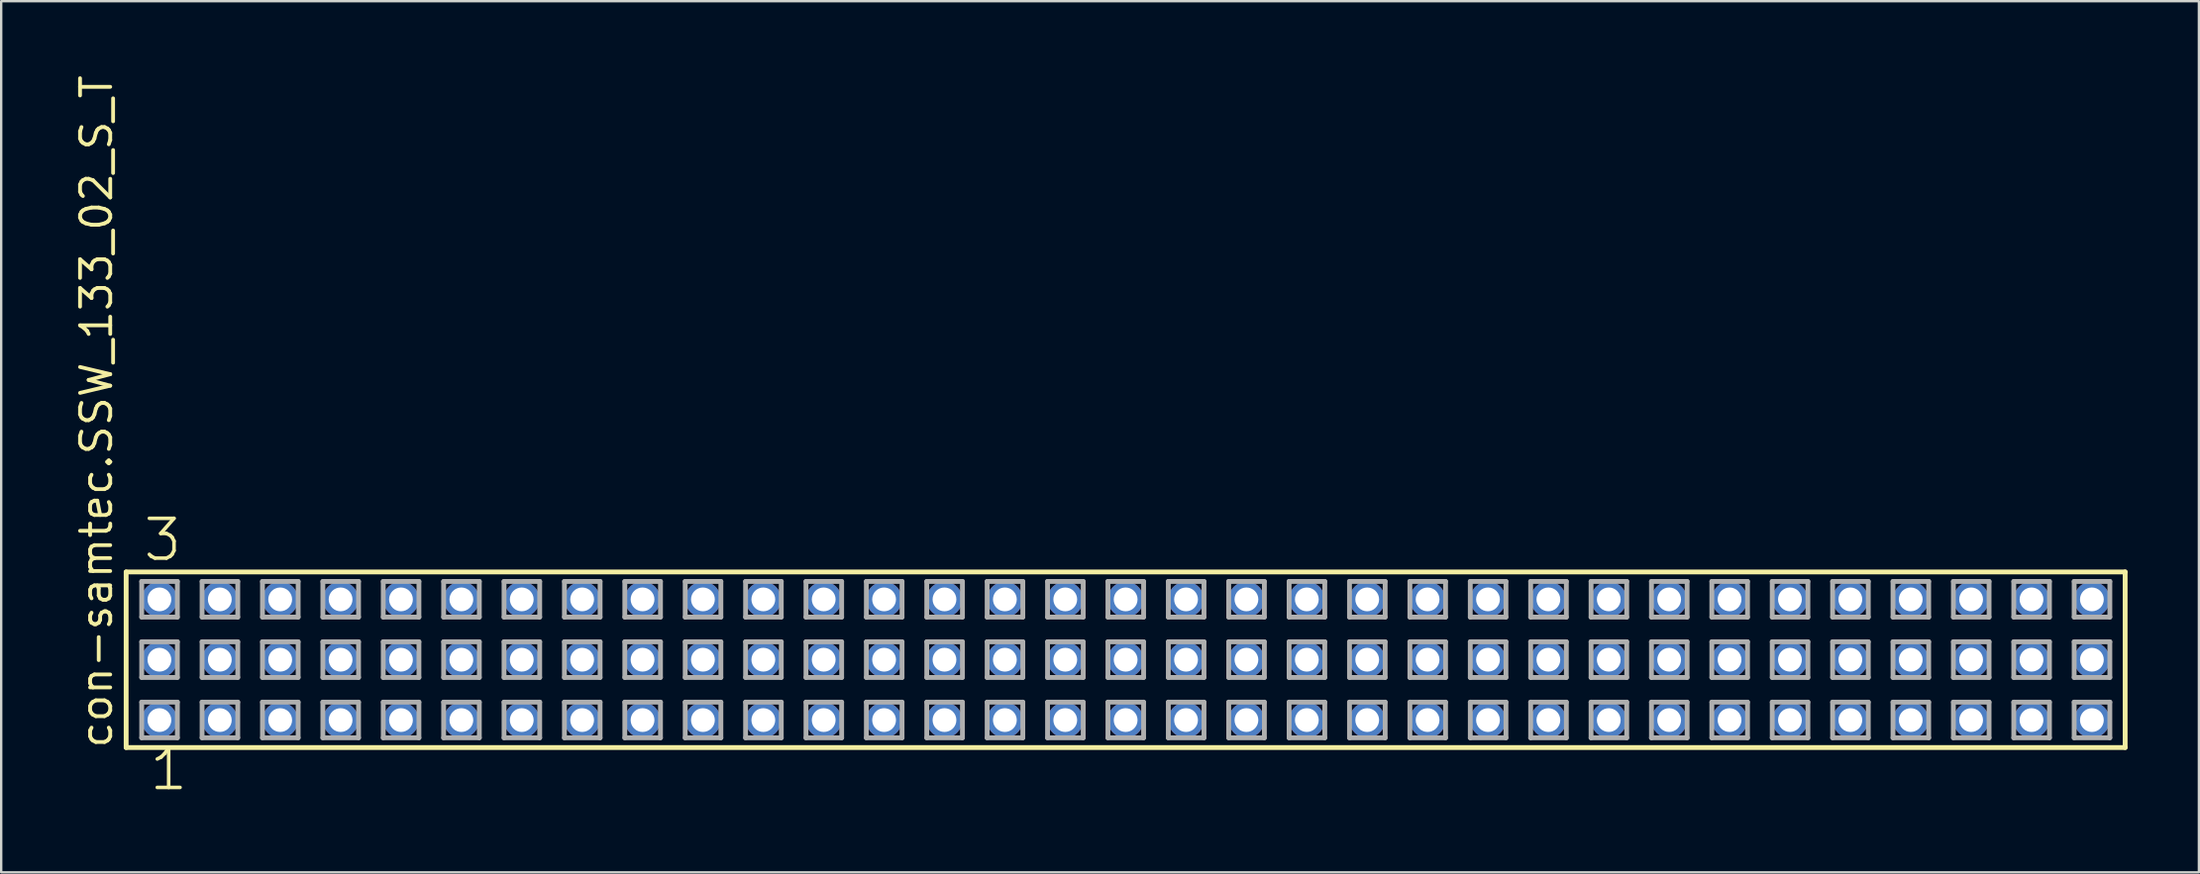
<source format=kicad_pcb>
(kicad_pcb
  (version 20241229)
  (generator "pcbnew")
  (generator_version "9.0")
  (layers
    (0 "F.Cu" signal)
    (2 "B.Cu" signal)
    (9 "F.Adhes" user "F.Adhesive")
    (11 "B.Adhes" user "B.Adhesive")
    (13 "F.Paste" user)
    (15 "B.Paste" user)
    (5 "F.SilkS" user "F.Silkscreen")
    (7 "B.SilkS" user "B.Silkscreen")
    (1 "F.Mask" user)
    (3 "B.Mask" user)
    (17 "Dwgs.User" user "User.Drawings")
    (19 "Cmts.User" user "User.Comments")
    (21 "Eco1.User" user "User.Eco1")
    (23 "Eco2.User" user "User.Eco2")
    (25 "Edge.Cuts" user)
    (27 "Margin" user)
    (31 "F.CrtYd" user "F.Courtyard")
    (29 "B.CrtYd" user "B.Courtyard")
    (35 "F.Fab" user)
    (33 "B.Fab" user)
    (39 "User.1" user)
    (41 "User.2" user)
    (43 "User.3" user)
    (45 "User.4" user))
  (footprint "con-samtec.SSW_133_02_S_T"
    (layer "F.Cu")
    (at 44.295 24.719)
    (property "Reference" "con-samtec.SSW_133_02_S_T" (at -42.545 3.81 90) (layer "F.SilkS") (effects (font (size 1.27 1.27) (thickness 0.16)) (justify left bottom)))
    (attr through_hole)
    (fp_line (start -42.039 -3.695) (end 42.039 -3.695) (stroke (width 0.203) (type default)) (layer "F.SilkS"))
    (fp_line (start -42.039 3.695) (end -42.039 -3.695) (stroke (width 0.203) (type default)) (layer "F.SilkS"))
    (fp_line (start 42.039 -3.695) (end 42.039 3.695) (stroke (width 0.203) (type default)) (layer "F.SilkS"))
    (fp_line (start 42.039 3.695) (end -42.039 3.695) (stroke (width 0.203) (type default)) (layer "F.SilkS"))
    (fp_line (start -41.385 -3.295) (end -39.885 -3.295) (stroke (width 0.203) (type default)) (layer "F.Fab"))
    (fp_line (start -41.385 -1.795) (end -41.385 -3.295) (stroke (width 0.203) (type default)) (layer "F.Fab"))
    (fp_line (start -41.385 -0.755) (end -39.885 -0.755) (stroke (width 0.203) (type default)) (layer "F.Fab"))
    (fp_line (start -41.385 0.745) (end -41.385 -0.755) (stroke (width 0.203) (type default)) (layer "F.Fab"))
    (fp_line (start -41.385 1.785) (end -39.885 1.785) (stroke (width 0.203) (type default)) (layer "F.Fab"))
    (fp_line (start -41.385 3.285) (end -41.385 1.785) (stroke (width 0.203) (type default)) (layer "F.Fab"))
    (fp_line (start -39.885 -3.295) (end -39.885 -1.795) (stroke (width 0.203) (type default)) (layer "F.Fab"))
    (fp_line (start -39.885 -1.795) (end -41.385 -1.795) (stroke (width 0.203) (type default)) (layer "F.Fab"))
    (fp_line (start -39.885 -0.755) (end -39.885 0.745) (stroke (width 0.203) (type default)) (layer "F.Fab"))
    (fp_line (start -39.885 0.745) (end -41.385 0.745) (stroke (width 0.203) (type default)) (layer "F.Fab"))
    (fp_line (start -39.885 1.785) (end -39.885 3.285) (stroke (width 0.203) (type default)) (layer "F.Fab"))
    (fp_line (start -39.885 3.285) (end -41.385 3.285) (stroke (width 0.203) (type default)) (layer "F.Fab"))
    (fp_line (start -38.845 -3.295) (end -37.345 -3.295) (stroke (width 0.203) (type default)) (layer "F.Fab"))
    (fp_line (start -38.845 -1.795) (end -38.845 -3.295) (stroke (width 0.203) (type default)) (layer "F.Fab"))
    (fp_line (start -38.845 -0.755) (end -37.345 -0.755) (stroke (width 0.203) (type default)) (layer "F.Fab"))
    (fp_line (start -38.845 0.745) (end -38.845 -0.755) (stroke (width 0.203) (type default)) (layer "F.Fab"))
    (fp_line (start -38.845 1.785) (end -37.345 1.785) (stroke (width 0.203) (type default)) (layer "F.Fab"))
    (fp_line (start -38.845 3.285) (end -38.845 1.785) (stroke (width 0.203) (type default)) (layer "F.Fab"))
    (fp_line (start -37.345 -3.295) (end -37.345 -1.795) (stroke (width 0.203) (type default)) (layer "F.Fab"))
    (fp_line (start -37.345 -1.795) (end -38.845 -1.795) (stroke (width 0.203) (type default)) (layer "F.Fab"))
    (fp_line (start -37.345 -0.755) (end -37.345 0.745) (stroke (width 0.203) (type default)) (layer "F.Fab"))
    (fp_line (start -37.345 0.745) (end -38.845 0.745) (stroke (width 0.203) (type default)) (layer "F.Fab"))
    (fp_line (start -37.345 1.785) (end -37.345 3.285) (stroke (width 0.203) (type default)) (layer "F.Fab"))
    (fp_line (start -37.345 3.285) (end -38.845 3.285) (stroke (width 0.203) (type default)) (layer "F.Fab"))
    (fp_line (start -36.305 -3.295) (end -34.805 -3.295) (stroke (width 0.203) (type default)) (layer "F.Fab"))
    (fp_line (start -36.305 -1.795) (end -36.305 -3.295) (stroke (width 0.203) (type default)) (layer "F.Fab"))
    (fp_line (start -36.305 -0.755) (end -34.805 -0.755) (stroke (width 0.203) (type default)) (layer "F.Fab"))
    (fp_line (start -36.305 0.745) (end -36.305 -0.755) (stroke (width 0.203) (type default)) (layer "F.Fab"))
    (fp_line (start -36.305 1.785) (end -34.805 1.785) (stroke (width 0.203) (type default)) (layer "F.Fab"))
    (fp_line (start -36.305 3.285) (end -36.305 1.785) (stroke (width 0.203) (type default)) (layer "F.Fab"))
    (fp_line (start -34.805 -3.295) (end -34.805 -1.795) (stroke (width 0.203) (type default)) (layer "F.Fab"))
    (fp_line (start -34.805 -1.795) (end -36.305 -1.795) (stroke (width 0.203) (type default)) (layer "F.Fab"))
    (fp_line (start -34.805 -0.755) (end -34.805 0.745) (stroke (width 0.203) (type default)) (layer "F.Fab"))
    (fp_line (start -34.805 0.745) (end -36.305 0.745) (stroke (width 0.203) (type default)) (layer "F.Fab"))
    (fp_line (start -34.805 1.785) (end -34.805 3.285) (stroke (width 0.203) (type default)) (layer "F.Fab"))
    (fp_line (start -34.805 3.285) (end -36.305 3.285) (stroke (width 0.203) (type default)) (layer "F.Fab"))
    (fp_line (start -33.765 -3.295) (end -32.265 -3.295) (stroke (width 0.203) (type default)) (layer "F.Fab"))
    (fp_line (start -33.765 -1.795) (end -33.765 -3.295) (stroke (width 0.203) (type default)) (layer "F.Fab"))
    (fp_line (start -33.765 -0.755) (end -32.265 -0.755) (stroke (width 0.203) (type default)) (layer "F.Fab"))
    (fp_line (start -33.765 0.745) (end -33.765 -0.755) (stroke (width 0.203) (type default)) (layer "F.Fab"))
    (fp_line (start -33.765 1.785) (end -32.265 1.785) (stroke (width 0.203) (type default)) (layer "F.Fab"))
    (fp_line (start -33.765 3.285) (end -33.765 1.785) (stroke (width 0.203) (type default)) (layer "F.Fab"))
    (fp_line (start -32.265 -3.295) (end -32.265 -1.795) (stroke (width 0.203) (type default)) (layer "F.Fab"))
    (fp_line (start -32.265 -1.795) (end -33.765 -1.795) (stroke (width 0.203) (type default)) (layer "F.Fab"))
    (fp_line (start -32.265 -0.755) (end -32.265 0.745) (stroke (width 0.203) (type default)) (layer "F.Fab"))
    (fp_line (start -32.265 0.745) (end -33.765 0.745) (stroke (width 0.203) (type default)) (layer "F.Fab"))
    (fp_line (start -32.265 1.785) (end -32.265 3.285) (stroke (width 0.203) (type default)) (layer "F.Fab"))
    (fp_line (start -32.265 3.285) (end -33.765 3.285) (stroke (width 0.203) (type default)) (layer "F.Fab"))
    (fp_line (start -31.225 -3.295) (end -29.725 -3.295) (stroke (width 0.203) (type default)) (layer "F.Fab"))
    (fp_line (start -31.225 -1.795) (end -31.225 -3.295) (stroke (width 0.203) (type default)) (layer "F.Fab"))
    (fp_line (start -31.225 -0.755) (end -29.725 -0.755) (stroke (width 0.203) (type default)) (layer "F.Fab"))
    (fp_line (start -31.225 0.745) (end -31.225 -0.755) (stroke (width 0.203) (type default)) (layer "F.Fab"))
    (fp_line (start -31.225 1.785) (end -29.725 1.785) (stroke (width 0.203) (type default)) (layer "F.Fab"))
    (fp_line (start -31.225 3.285) (end -31.225 1.785) (stroke (width 0.203) (type default)) (layer "F.Fab"))
    (fp_line (start -29.725 -3.295) (end -29.725 -1.795) (stroke (width 0.203) (type default)) (layer "F.Fab"))
    (fp_line (start -29.725 -1.795) (end -31.225 -1.795) (stroke (width 0.203) (type default)) (layer "F.Fab"))
    (fp_line (start -29.725 -0.755) (end -29.725 0.745) (stroke (width 0.203) (type default)) (layer "F.Fab"))
    (fp_line (start -29.725 0.745) (end -31.225 0.745) (stroke (width 0.203) (type default)) (layer "F.Fab"))
    (fp_line (start -29.725 1.785) (end -29.725 3.285) (stroke (width 0.203) (type default)) (layer "F.Fab"))
    (fp_line (start -29.725 3.285) (end -31.225 3.285) (stroke (width 0.203) (type default)) (layer "F.Fab"))
    (fp_line (start -28.685 -3.295) (end -27.185 -3.295) (stroke (width 0.203) (type default)) (layer "F.Fab"))
    (fp_line (start -28.685 -1.795) (end -28.685 -3.295) (stroke (width 0.203) (type default)) (layer "F.Fab"))
    (fp_line (start -28.685 -0.755) (end -27.185 -0.755) (stroke (width 0.203) (type default)) (layer "F.Fab"))
    (fp_line (start -28.685 0.745) (end -28.685 -0.755) (stroke (width 0.203) (type default)) (layer "F.Fab"))
    (fp_line (start -28.685 1.785) (end -27.185 1.785) (stroke (width 0.203) (type default)) (layer "F.Fab"))
    (fp_line (start -28.685 3.285) (end -28.685 1.785) (stroke (width 0.203) (type default)) (layer "F.Fab"))
    (fp_line (start -27.185 -3.295) (end -27.185 -1.795) (stroke (width 0.203) (type default)) (layer "F.Fab"))
    (fp_line (start -27.185 -1.795) (end -28.685 -1.795) (stroke (width 0.203) (type default)) (layer "F.Fab"))
    (fp_line (start -27.185 -0.755) (end -27.185 0.745) (stroke (width 0.203) (type default)) (layer "F.Fab"))
    (fp_line (start -27.185 0.745) (end -28.685 0.745) (stroke (width 0.203) (type default)) (layer "F.Fab"))
    (fp_line (start -27.185 1.785) (end -27.185 3.285) (stroke (width 0.203) (type default)) (layer "F.Fab"))
    (fp_line (start -27.185 3.285) (end -28.685 3.285) (stroke (width 0.203) (type default)) (layer "F.Fab"))
    (fp_line (start -26.145 -3.295) (end -24.645 -3.295) (stroke (width 0.203) (type default)) (layer "F.Fab"))
    (fp_line (start -26.145 -1.795) (end -26.145 -3.295) (stroke (width 0.203) (type default)) (layer "F.Fab"))
    (fp_line (start -26.145 -0.755) (end -24.645 -0.755) (stroke (width 0.203) (type default)) (layer "F.Fab"))
    (fp_line (start -26.145 0.745) (end -26.145 -0.755) (stroke (width 0.203) (type default)) (layer "F.Fab"))
    (fp_line (start -26.145 1.785) (end -24.645 1.785) (stroke (width 0.203) (type default)) (layer "F.Fab"))
    (fp_line (start -26.145 3.285) (end -26.145 1.785) (stroke (width 0.203) (type default)) (layer "F.Fab"))
    (fp_line (start -24.645 -3.295) (end -24.645 -1.795) (stroke (width 0.203) (type default)) (layer "F.Fab"))
    (fp_line (start -24.645 -1.795) (end -26.145 -1.795) (stroke (width 0.203) (type default)) (layer "F.Fab"))
    (fp_line (start -24.645 -0.755) (end -24.645 0.745) (stroke (width 0.203) (type default)) (layer "F.Fab"))
    (fp_line (start -24.645 0.745) (end -26.145 0.745) (stroke (width 0.203) (type default)) (layer "F.Fab"))
    (fp_line (start -24.645 1.785) (end -24.645 3.285) (stroke (width 0.203) (type default)) (layer "F.Fab"))
    (fp_line (start -24.645 3.285) (end -26.145 3.285) (stroke (width 0.203) (type default)) (layer "F.Fab"))
    (fp_line (start -23.605 -3.295) (end -22.105 -3.295) (stroke (width 0.203) (type default)) (layer "F.Fab"))
    (fp_line (start -23.605 -1.795) (end -23.605 -3.295) (stroke (width 0.203) (type default)) (layer "F.Fab"))
    (fp_line (start -23.605 -0.755) (end -22.105 -0.755) (stroke (width 0.203) (type default)) (layer "F.Fab"))
    (fp_line (start -23.605 0.745) (end -23.605 -0.755) (stroke (width 0.203) (type default)) (layer "F.Fab"))
    (fp_line (start -23.605 1.785) (end -22.105 1.785) (stroke (width 0.203) (type default)) (layer "F.Fab"))
    (fp_line (start -23.605 3.285) (end -23.605 1.785) (stroke (width 0.203) (type default)) (layer "F.Fab"))
    (fp_line (start -22.105 -3.295) (end -22.105 -1.795) (stroke (width 0.203) (type default)) (layer "F.Fab"))
    (fp_line (start -22.105 -1.795) (end -23.605 -1.795) (stroke (width 0.203) (type default)) (layer "F.Fab"))
    (fp_line (start -22.105 -0.755) (end -22.105 0.745) (stroke (width 0.203) (type default)) (layer "F.Fab"))
    (fp_line (start -22.105 0.745) (end -23.605 0.745) (stroke (width 0.203) (type default)) (layer "F.Fab"))
    (fp_line (start -22.105 1.785) (end -22.105 3.285) (stroke (width 0.203) (type default)) (layer "F.Fab"))
    (fp_line (start -22.105 3.285) (end -23.605 3.285) (stroke (width 0.203) (type default)) (layer "F.Fab"))
    (fp_line (start -21.065 -3.295) (end -19.565 -3.295) (stroke (width 0.203) (type default)) (layer "F.Fab"))
    (fp_line (start -21.065 -1.795) (end -21.065 -3.295) (stroke (width 0.203) (type default)) (layer "F.Fab"))
    (fp_line (start -21.065 -0.755) (end -19.565 -0.755) (stroke (width 0.203) (type default)) (layer "F.Fab"))
    (fp_line (start -21.065 0.745) (end -21.065 -0.755) (stroke (width 0.203) (type default)) (layer "F.Fab"))
    (fp_line (start -21.065 1.785) (end -19.565 1.785) (stroke (width 0.203) (type default)) (layer "F.Fab"))
    (fp_line (start -21.065 3.285) (end -21.065 1.785) (stroke (width 0.203) (type default)) (layer "F.Fab"))
    (fp_line (start -19.565 -3.295) (end -19.565 -1.795) (stroke (width 0.203) (type default)) (layer "F.Fab"))
    (fp_line (start -19.565 -1.795) (end -21.065 -1.795) (stroke (width 0.203) (type default)) (layer "F.Fab"))
    (fp_line (start -19.565 -0.755) (end -19.565 0.745) (stroke (width 0.203) (type default)) (layer "F.Fab"))
    (fp_line (start -19.565 0.745) (end -21.065 0.745) (stroke (width 0.203) (type default)) (layer "F.Fab"))
    (fp_line (start -19.565 1.785) (end -19.565 3.285) (stroke (width 0.203) (type default)) (layer "F.Fab"))
    (fp_line (start -19.565 3.285) (end -21.065 3.285) (stroke (width 0.203) (type default)) (layer "F.Fab"))
    (fp_line (start -18.525 -3.295) (end -17.025 -3.295) (stroke (width 0.203) (type default)) (layer "F.Fab"))
    (fp_line (start -18.525 -1.795) (end -18.525 -3.295) (stroke (width 0.203) (type default)) (layer "F.Fab"))
    (fp_line (start -18.525 -0.755) (end -17.025 -0.755) (stroke (width 0.203) (type default)) (layer "F.Fab"))
    (fp_line (start -18.525 0.745) (end -18.525 -0.755) (stroke (width 0.203) (type default)) (layer "F.Fab"))
    (fp_line (start -18.525 1.785) (end -17.025 1.785) (stroke (width 0.203) (type default)) (layer "F.Fab"))
    (fp_line (start -18.525 3.285) (end -18.525 1.785) (stroke (width 0.203) (type default)) (layer "F.Fab"))
    (fp_line (start -17.025 -3.295) (end -17.025 -1.795) (stroke (width 0.203) (type default)) (layer "F.Fab"))
    (fp_line (start -17.025 -1.795) (end -18.525 -1.795) (stroke (width 0.203) (type default)) (layer "F.Fab"))
    (fp_line (start -17.025 -0.755) (end -17.025 0.745) (stroke (width 0.203) (type default)) (layer "F.Fab"))
    (fp_line (start -17.025 0.745) (end -18.525 0.745) (stroke (width 0.203) (type default)) (layer "F.Fab"))
    (fp_line (start -17.025 1.785) (end -17.025 3.285) (stroke (width 0.203) (type default)) (layer "F.Fab"))
    (fp_line (start -17.025 3.285) (end -18.525 3.285) (stroke (width 0.203) (type default)) (layer "F.Fab"))
    (fp_line (start -15.985 -3.295) (end -14.485 -3.295) (stroke (width 0.203) (type default)) (layer "F.Fab"))
    (fp_line (start -15.985 -1.795) (end -15.985 -3.295) (stroke (width 0.203) (type default)) (layer "F.Fab"))
    (fp_line (start -15.985 -0.755) (end -14.485 -0.755) (stroke (width 0.203) (type default)) (layer "F.Fab"))
    (fp_line (start -15.985 0.745) (end -15.985 -0.755) (stroke (width 0.203) (type default)) (layer "F.Fab"))
    (fp_line (start -15.985 1.785) (end -14.485 1.785) (stroke (width 0.203) (type default)) (layer "F.Fab"))
    (fp_line (start -15.985 3.285) (end -15.985 1.785) (stroke (width 0.203) (type default)) (layer "F.Fab"))
    (fp_line (start -14.485 -3.295) (end -14.485 -1.795) (stroke (width 0.203) (type default)) (layer "F.Fab"))
    (fp_line (start -14.485 -1.795) (end -15.985 -1.795) (stroke (width 0.203) (type default)) (layer "F.Fab"))
    (fp_line (start -14.485 -0.755) (end -14.485 0.745) (stroke (width 0.203) (type default)) (layer "F.Fab"))
    (fp_line (start -14.485 0.745) (end -15.985 0.745) (stroke (width 0.203) (type default)) (layer "F.Fab"))
    (fp_line (start -14.485 1.785) (end -14.485 3.285) (stroke (width 0.203) (type default)) (layer "F.Fab"))
    (fp_line (start -14.485 3.285) (end -15.985 3.285) (stroke (width 0.203) (type default)) (layer "F.Fab"))
    (fp_line (start -13.445 -3.295) (end -11.945 -3.295) (stroke (width 0.203) (type default)) (layer "F.Fab"))
    (fp_line (start -13.445 -1.795) (end -13.445 -3.295) (stroke (width 0.203) (type default)) (layer "F.Fab"))
    (fp_line (start -13.445 -0.755) (end -11.945 -0.755) (stroke (width 0.203) (type default)) (layer "F.Fab"))
    (fp_line (start -13.445 0.745) (end -13.445 -0.755) (stroke (width 0.203) (type default)) (layer "F.Fab"))
    (fp_line (start -13.445 1.785) (end -11.945 1.785) (stroke (width 0.203) (type default)) (layer "F.Fab"))
    (fp_line (start -13.445 3.285) (end -13.445 1.785) (stroke (width 0.203) (type default)) (layer "F.Fab"))
    (fp_line (start -11.945 -3.295) (end -11.945 -1.795) (stroke (width 0.203) (type default)) (layer "F.Fab"))
    (fp_line (start -11.945 -1.795) (end -13.445 -1.795) (stroke (width 0.203) (type default)) (layer "F.Fab"))
    (fp_line (start -11.945 -0.755) (end -11.945 0.745) (stroke (width 0.203) (type default)) (layer "F.Fab"))
    (fp_line (start -11.945 0.745) (end -13.445 0.745) (stroke (width 0.203) (type default)) (layer "F.Fab"))
    (fp_line (start -11.945 1.785) (end -11.945 3.285) (stroke (width 0.203) (type default)) (layer "F.Fab"))
    (fp_line (start -11.945 3.285) (end -13.445 3.285) (stroke (width 0.203) (type default)) (layer "F.Fab"))
    (fp_line (start -10.905 -3.295) (end -9.405 -3.295) (stroke (width 0.203) (type default)) (layer "F.Fab"))
    (fp_line (start -10.905 -1.795) (end -10.905 -3.295) (stroke (width 0.203) (type default)) (layer "F.Fab"))
    (fp_line (start -10.905 -0.755) (end -9.405 -0.755) (stroke (width 0.203) (type default)) (layer "F.Fab"))
    (fp_line (start -10.905 0.745) (end -10.905 -0.755) (stroke (width 0.203) (type default)) (layer "F.Fab"))
    (fp_line (start -10.905 1.785) (end -9.405 1.785) (stroke (width 0.203) (type default)) (layer "F.Fab"))
    (fp_line (start -10.905 3.285) (end -10.905 1.785) (stroke (width 0.203) (type default)) (layer "F.Fab"))
    (fp_line (start -9.405 -3.295) (end -9.405 -1.795) (stroke (width 0.203) (type default)) (layer "F.Fab"))
    (fp_line (start -9.405 -1.795) (end -10.905 -1.795) (stroke (width 0.203) (type default)) (layer "F.Fab"))
    (fp_line (start -9.405 -0.755) (end -9.405 0.745) (stroke (width 0.203) (type default)) (layer "F.Fab"))
    (fp_line (start -9.405 0.745) (end -10.905 0.745) (stroke (width 0.203) (type default)) (layer "F.Fab"))
    (fp_line (start -9.405 1.785) (end -9.405 3.285) (stroke (width 0.203) (type default)) (layer "F.Fab"))
    (fp_line (start -9.405 3.285) (end -10.905 3.285) (stroke (width 0.203) (type default)) (layer "F.Fab"))
    (fp_line (start -8.365 -3.295) (end -6.865 -3.295) (stroke (width 0.203) (type default)) (layer "F.Fab"))
    (fp_line (start -8.365 -1.795) (end -8.365 -3.295) (stroke (width 0.203) (type default)) (layer "F.Fab"))
    (fp_line (start -8.365 -0.755) (end -6.865 -0.755) (stroke (width 0.203) (type default)) (layer "F.Fab"))
    (fp_line (start -8.365 0.745) (end -8.365 -0.755) (stroke (width 0.203) (type default)) (layer "F.Fab"))
    (fp_line (start -8.365 1.785) (end -6.865 1.785) (stroke (width 0.203) (type default)) (layer "F.Fab"))
    (fp_line (start -8.365 3.285) (end -8.365 1.785) (stroke (width 0.203) (type default)) (layer "F.Fab"))
    (fp_line (start -6.865 -3.295) (end -6.865 -1.795) (stroke (width 0.203) (type default)) (layer "F.Fab"))
    (fp_line (start -6.865 -1.795) (end -8.365 -1.795) (stroke (width 0.203) (type default)) (layer "F.Fab"))
    (fp_line (start -6.865 -0.755) (end -6.865 0.745) (stroke (width 0.203) (type default)) (layer "F.Fab"))
    (fp_line (start -6.865 0.745) (end -8.365 0.745) (stroke (width 0.203) (type default)) (layer "F.Fab"))
    (fp_line (start -6.865 1.785) (end -6.865 3.285) (stroke (width 0.203) (type default)) (layer "F.Fab"))
    (fp_line (start -6.865 3.285) (end -8.365 3.285) (stroke (width 0.203) (type default)) (layer "F.Fab"))
    (fp_line (start -5.825 -3.295) (end -4.325 -3.295) (stroke (width 0.203) (type default)) (layer "F.Fab"))
    (fp_line (start -5.825 -1.795) (end -5.825 -3.295) (stroke (width 0.203) (type default)) (layer "F.Fab"))
    (fp_line (start -5.825 -0.755) (end -4.325 -0.755) (stroke (width 0.203) (type default)) (layer "F.Fab"))
    (fp_line (start -5.825 0.745) (end -5.825 -0.755) (stroke (width 0.203) (type default)) (layer "F.Fab"))
    (fp_line (start -5.825 1.785) (end -4.325 1.785) (stroke (width 0.203) (type default)) (layer "F.Fab"))
    (fp_line (start -5.825 3.285) (end -5.825 1.785) (stroke (width 0.203) (type default)) (layer "F.Fab"))
    (fp_line (start -4.325 -3.295) (end -4.325 -1.795) (stroke (width 0.203) (type default)) (layer "F.Fab"))
    (fp_line (start -4.325 -1.795) (end -5.825 -1.795) (stroke (width 0.203) (type default)) (layer "F.Fab"))
    (fp_line (start -4.325 -0.755) (end -4.325 0.745) (stroke (width 0.203) (type default)) (layer "F.Fab"))
    (fp_line (start -4.325 0.745) (end -5.825 0.745) (stroke (width 0.203) (type default)) (layer "F.Fab"))
    (fp_line (start -4.325 1.785) (end -4.325 3.285) (stroke (width 0.203) (type default)) (layer "F.Fab"))
    (fp_line (start -4.325 3.285) (end -5.825 3.285) (stroke (width 0.203) (type default)) (layer "F.Fab"))
    (fp_line (start -3.285 -3.295) (end -1.785 -3.295) (stroke (width 0.203) (type default)) (layer "F.Fab"))
    (fp_line (start -3.285 -1.795) (end -3.285 -3.295) (stroke (width 0.203) (type default)) (layer "F.Fab"))
    (fp_line (start -3.285 -0.755) (end -1.785 -0.755) (stroke (width 0.203) (type default)) (layer "F.Fab"))
    (fp_line (start -3.285 0.745) (end -3.285 -0.755) (stroke (width 0.203) (type default)) (layer "F.Fab"))
    (fp_line (start -3.285 1.785) (end -1.785 1.785) (stroke (width 0.203) (type default)) (layer "F.Fab"))
    (fp_line (start -3.285 3.285) (end -3.285 1.785) (stroke (width 0.203) (type default)) (layer "F.Fab"))
    (fp_line (start -1.785 -3.295) (end -1.785 -1.795) (stroke (width 0.203) (type default)) (layer "F.Fab"))
    (fp_line (start -1.785 -1.795) (end -3.285 -1.795) (stroke (width 0.203) (type default)) (layer "F.Fab"))
    (fp_line (start -1.785 -0.755) (end -1.785 0.745) (stroke (width 0.203) (type default)) (layer "F.Fab"))
    (fp_line (start -1.785 0.745) (end -3.285 0.745) (stroke (width 0.203) (type default)) (layer "F.Fab"))
    (fp_line (start -1.785 1.785) (end -1.785 3.285) (stroke (width 0.203) (type default)) (layer "F.Fab"))
    (fp_line (start -1.785 3.285) (end -3.285 3.285) (stroke (width 0.203) (type default)) (layer "F.Fab"))
    (fp_line (start -0.745 -3.295) (end 0.755 -3.295) (stroke (width 0.203) (type default)) (layer "F.Fab"))
    (fp_line (start -0.745 -1.795) (end -0.745 -3.295) (stroke (width 0.203) (type default)) (layer "F.Fab"))
    (fp_line (start -0.745 -0.755) (end 0.755 -0.755) (stroke (width 0.203) (type default)) (layer "F.Fab"))
    (fp_line (start -0.745 0.745) (end -0.745 -0.755) (stroke (width 0.203) (type default)) (layer "F.Fab"))
    (fp_line (start -0.745 1.785) (end 0.755 1.785) (stroke (width 0.203) (type default)) (layer "F.Fab"))
    (fp_line (start -0.745 3.285) (end -0.745 1.785) (stroke (width 0.203) (type default)) (layer "F.Fab"))
    (fp_line (start 0.755 -3.295) (end 0.755 -1.795) (stroke (width 0.203) (type default)) (layer "F.Fab"))
    (fp_line (start 0.755 -1.795) (end -0.745 -1.795) (stroke (width 0.203) (type default)) (layer "F.Fab"))
    (fp_line (start 0.755 -0.755) (end 0.755 0.745) (stroke (width 0.203) (type default)) (layer "F.Fab"))
    (fp_line (start 0.755 0.745) (end -0.745 0.745) (stroke (width 0.203) (type default)) (layer "F.Fab"))
    (fp_line (start 0.755 1.785) (end 0.755 3.285) (stroke (width 0.203) (type default)) (layer "F.Fab"))
    (fp_line (start 0.755 3.285) (end -0.745 3.285) (stroke (width 0.203) (type default)) (layer "F.Fab"))
    (fp_line (start 1.795 -3.295) (end 3.295 -3.295) (stroke (width 0.203) (type default)) (layer "F.Fab"))
    (fp_line (start 1.795 -1.795) (end 1.795 -3.295) (stroke (width 0.203) (type default)) (layer "F.Fab"))
    (fp_line (start 1.795 -0.755) (end 3.295 -0.755) (stroke (width 0.203) (type default)) (layer "F.Fab"))
    (fp_line (start 1.795 0.745) (end 1.795 -0.755) (stroke (width 0.203) (type default)) (layer "F.Fab"))
    (fp_line (start 1.795 1.785) (end 3.295 1.785) (stroke (width 0.203) (type default)) (layer "F.Fab"))
    (fp_line (start 1.795 3.285) (end 1.795 1.785) (stroke (width 0.203) (type default)) (layer "F.Fab"))
    (fp_line (start 3.295 -3.295) (end 3.295 -1.795) (stroke (width 0.203) (type default)) (layer "F.Fab"))
    (fp_line (start 3.295 -1.795) (end 1.795 -1.795) (stroke (width 0.203) (type default)) (layer "F.Fab"))
    (fp_line (start 3.295 -0.755) (end 3.295 0.745) (stroke (width 0.203) (type default)) (layer "F.Fab"))
    (fp_line (start 3.295 0.745) (end 1.795 0.745) (stroke (width 0.203) (type default)) (layer "F.Fab"))
    (fp_line (start 3.295 1.785) (end 3.295 3.285) (stroke (width 0.203) (type default)) (layer "F.Fab"))
    (fp_line (start 3.295 3.285) (end 1.795 3.285) (stroke (width 0.203) (type default)) (layer "F.Fab"))
    (fp_line (start 4.335 -3.295) (end 5.835 -3.295) (stroke (width 0.203) (type default)) (layer "F.Fab"))
    (fp_line (start 4.335 -1.795) (end 4.335 -3.295) (stroke (width 0.203) (type default)) (layer "F.Fab"))
    (fp_line (start 4.335 -0.755) (end 5.835 -0.755) (stroke (width 0.203) (type default)) (layer "F.Fab"))
    (fp_line (start 4.335 0.745) (end 4.335 -0.755) (stroke (width 0.203) (type default)) (layer "F.Fab"))
    (fp_line (start 4.335 1.785) (end 5.835 1.785) (stroke (width 0.203) (type default)) (layer "F.Fab"))
    (fp_line (start 4.335 3.285) (end 4.335 1.785) (stroke (width 0.203) (type default)) (layer "F.Fab"))
    (fp_line (start 5.835 -3.295) (end 5.835 -1.795) (stroke (width 0.203) (type default)) (layer "F.Fab"))
    (fp_line (start 5.835 -1.795) (end 4.335 -1.795) (stroke (width 0.203) (type default)) (layer "F.Fab"))
    (fp_line (start 5.835 -0.755) (end 5.835 0.745) (stroke (width 0.203) (type default)) (layer "F.Fab"))
    (fp_line (start 5.835 0.745) (end 4.335 0.745) (stroke (width 0.203) (type default)) (layer "F.Fab"))
    (fp_line (start 5.835 1.785) (end 5.835 3.285) (stroke (width 0.203) (type default)) (layer "F.Fab"))
    (fp_line (start 5.835 3.285) (end 4.335 3.285) (stroke (width 0.203) (type default)) (layer "F.Fab"))
    (fp_line (start 6.875 -3.295) (end 8.375 -3.295) (stroke (width 0.203) (type default)) (layer "F.Fab"))
    (fp_line (start 6.875 -1.795) (end 6.875 -3.295) (stroke (width 0.203) (type default)) (layer "F.Fab"))
    (fp_line (start 6.875 -0.755) (end 8.375 -0.755) (stroke (width 0.203) (type default)) (layer "F.Fab"))
    (fp_line (start 6.875 0.745) (end 6.875 -0.755) (stroke (width 0.203) (type default)) (layer "F.Fab"))
    (fp_line (start 6.875 1.785) (end 8.375 1.785) (stroke (width 0.203) (type default)) (layer "F.Fab"))
    (fp_line (start 6.875 3.285) (end 6.875 1.785) (stroke (width 0.203) (type default)) (layer "F.Fab"))
    (fp_line (start 8.375 -3.295) (end 8.375 -1.795) (stroke (width 0.203) (type default)) (layer "F.Fab"))
    (fp_line (start 8.375 -1.795) (end 6.875 -1.795) (stroke (width 0.203) (type default)) (layer "F.Fab"))
    (fp_line (start 8.375 -0.755) (end 8.375 0.745) (stroke (width 0.203) (type default)) (layer "F.Fab"))
    (fp_line (start 8.375 0.745) (end 6.875 0.745) (stroke (width 0.203) (type default)) (layer "F.Fab"))
    (fp_line (start 8.375 1.785) (end 8.375 3.285) (stroke (width 0.203) (type default)) (layer "F.Fab"))
    (fp_line (start 8.375 3.285) (end 6.875 3.285) (stroke (width 0.203) (type default)) (layer "F.Fab"))
    (fp_line (start 9.415 -3.295) (end 10.915 -3.295) (stroke (width 0.203) (type default)) (layer "F.Fab"))
    (fp_line (start 9.415 -1.795) (end 9.415 -3.295) (stroke (width 0.203) (type default)) (layer "F.Fab"))
    (fp_line (start 9.415 -0.755) (end 10.915 -0.755) (stroke (width 0.203) (type default)) (layer "F.Fab"))
    (fp_line (start 9.415 0.745) (end 9.415 -0.755) (stroke (width 0.203) (type default)) (layer "F.Fab"))
    (fp_line (start 9.415 1.785) (end 10.915 1.785) (stroke (width 0.203) (type default)) (layer "F.Fab"))
    (fp_line (start 9.415 3.285) (end 9.415 1.785) (stroke (width 0.203) (type default)) (layer "F.Fab"))
    (fp_line (start 10.915 -3.295) (end 10.915 -1.795) (stroke (width 0.203) (type default)) (layer "F.Fab"))
    (fp_line (start 10.915 -1.795) (end 9.415 -1.795) (stroke (width 0.203) (type default)) (layer "F.Fab"))
    (fp_line (start 10.915 -0.755) (end 10.915 0.745) (stroke (width 0.203) (type default)) (layer "F.Fab"))
    (fp_line (start 10.915 0.745) (end 9.415 0.745) (stroke (width 0.203) (type default)) (layer "F.Fab"))
    (fp_line (start 10.915 1.785) (end 10.915 3.285) (stroke (width 0.203) (type default)) (layer "F.Fab"))
    (fp_line (start 10.915 3.285) (end 9.415 3.285) (stroke (width 0.203) (type default)) (layer "F.Fab"))
    (fp_line (start 11.955 -3.295) (end 13.455 -3.295) (stroke (width 0.203) (type default)) (layer "F.Fab"))
    (fp_line (start 11.955 -1.795) (end 11.955 -3.295) (stroke (width 0.203) (type default)) (layer "F.Fab"))
    (fp_line (start 11.955 -0.755) (end 13.455 -0.755) (stroke (width 0.203) (type default)) (layer "F.Fab"))
    (fp_line (start 11.955 0.745) (end 11.955 -0.755) (stroke (width 0.203) (type default)) (layer "F.Fab"))
    (fp_line (start 11.955 1.785) (end 13.455 1.785) (stroke (width 0.203) (type default)) (layer "F.Fab"))
    (fp_line (start 11.955 3.285) (end 11.955 1.785) (stroke (width 0.203) (type default)) (layer "F.Fab"))
    (fp_line (start 13.455 -3.295) (end 13.455 -1.795) (stroke (width 0.203) (type default)) (layer "F.Fab"))
    (fp_line (start 13.455 -1.795) (end 11.955 -1.795) (stroke (width 0.203) (type default)) (layer "F.Fab"))
    (fp_line (start 13.455 -0.755) (end 13.455 0.745) (stroke (width 0.203) (type default)) (layer "F.Fab"))
    (fp_line (start 13.455 0.745) (end 11.955 0.745) (stroke (width 0.203) (type default)) (layer "F.Fab"))
    (fp_line (start 13.455 1.785) (end 13.455 3.285) (stroke (width 0.203) (type default)) (layer "F.Fab"))
    (fp_line (start 13.455 3.285) (end 11.955 3.285) (stroke (width 0.203) (type default)) (layer "F.Fab"))
    (fp_line (start 14.495 -3.295) (end 15.995 -3.295) (stroke (width 0.203) (type default)) (layer "F.Fab"))
    (fp_line (start 14.495 -1.795) (end 14.495 -3.295) (stroke (width 0.203) (type default)) (layer "F.Fab"))
    (fp_line (start 14.495 -0.755) (end 15.995 -0.755) (stroke (width 0.203) (type default)) (layer "F.Fab"))
    (fp_line (start 14.495 0.745) (end 14.495 -0.755) (stroke (width 0.203) (type default)) (layer "F.Fab"))
    (fp_line (start 14.495 1.785) (end 15.995 1.785) (stroke (width 0.203) (type default)) (layer "F.Fab"))
    (fp_line (start 14.495 3.285) (end 14.495 1.785) (stroke (width 0.203) (type default)) (layer "F.Fab"))
    (fp_line (start 15.995 -3.295) (end 15.995 -1.795) (stroke (width 0.203) (type default)) (layer "F.Fab"))
    (fp_line (start 15.995 -1.795) (end 14.495 -1.795) (stroke (width 0.203) (type default)) (layer "F.Fab"))
    (fp_line (start 15.995 -0.755) (end 15.995 0.745) (stroke (width 0.203) (type default)) (layer "F.Fab"))
    (fp_line (start 15.995 0.745) (end 14.495 0.745) (stroke (width 0.203) (type default)) (layer "F.Fab"))
    (fp_line (start 15.995 1.785) (end 15.995 3.285) (stroke (width 0.203) (type default)) (layer "F.Fab"))
    (fp_line (start 15.995 3.285) (end 14.495 3.285) (stroke (width 0.203) (type default)) (layer "F.Fab"))
    (fp_line (start 17.035 -3.295) (end 18.535 -3.295) (stroke (width 0.203) (type default)) (layer "F.Fab"))
    (fp_line (start 17.035 -1.795) (end 17.035 -3.295) (stroke (width 0.203) (type default)) (layer "F.Fab"))
    (fp_line (start 17.035 -0.755) (end 18.535 -0.755) (stroke (width 0.203) (type default)) (layer "F.Fab"))
    (fp_line (start 17.035 0.745) (end 17.035 -0.755) (stroke (width 0.203) (type default)) (layer "F.Fab"))
    (fp_line (start 17.035 1.785) (end 18.535 1.785) (stroke (width 0.203) (type default)) (layer "F.Fab"))
    (fp_line (start 17.035 3.285) (end 17.035 1.785) (stroke (width 0.203) (type default)) (layer "F.Fab"))
    (fp_line (start 18.535 -3.295) (end 18.535 -1.795) (stroke (width 0.203) (type default)) (layer "F.Fab"))
    (fp_line (start 18.535 -1.795) (end 17.035 -1.795) (stroke (width 0.203) (type default)) (layer "F.Fab"))
    (fp_line (start 18.535 -0.755) (end 18.535 0.745) (stroke (width 0.203) (type default)) (layer "F.Fab"))
    (fp_line (start 18.535 0.745) (end 17.035 0.745) (stroke (width 0.203) (type default)) (layer "F.Fab"))
    (fp_line (start 18.535 1.785) (end 18.535 3.285) (stroke (width 0.203) (type default)) (layer "F.Fab"))
    (fp_line (start 18.535 3.285) (end 17.035 3.285) (stroke (width 0.203) (type default)) (layer "F.Fab"))
    (fp_line (start 19.575 -3.295) (end 21.075 -3.295) (stroke (width 0.203) (type default)) (layer "F.Fab"))
    (fp_line (start 19.575 -1.795) (end 19.575 -3.295) (stroke (width 0.203) (type default)) (layer "F.Fab"))
    (fp_line (start 19.575 -0.755) (end 21.075 -0.755) (stroke (width 0.203) (type default)) (layer "F.Fab"))
    (fp_line (start 19.575 0.745) (end 19.575 -0.755) (stroke (width 0.203) (type default)) (layer "F.Fab"))
    (fp_line (start 19.575 1.785) (end 21.075 1.785) (stroke (width 0.203) (type default)) (layer "F.Fab"))
    (fp_line (start 19.575 3.285) (end 19.575 1.785) (stroke (width 0.203) (type default)) (layer "F.Fab"))
    (fp_line (start 21.075 -3.295) (end 21.075 -1.795) (stroke (width 0.203) (type default)) (layer "F.Fab"))
    (fp_line (start 21.075 -1.795) (end 19.575 -1.795) (stroke (width 0.203) (type default)) (layer "F.Fab"))
    (fp_line (start 21.075 -0.755) (end 21.075 0.745) (stroke (width 0.203) (type default)) (layer "F.Fab"))
    (fp_line (start 21.075 0.745) (end 19.575 0.745) (stroke (width 0.203) (type default)) (layer "F.Fab"))
    (fp_line (start 21.075 1.785) (end 21.075 3.285) (stroke (width 0.203) (type default)) (layer "F.Fab"))
    (fp_line (start 21.075 3.285) (end 19.575 3.285) (stroke (width 0.203) (type default)) (layer "F.Fab"))
    (fp_line (start 22.115 -3.295) (end 23.615 -3.295) (stroke (width 0.203) (type default)) (layer "F.Fab"))
    (fp_line (start 22.115 -1.795) (end 22.115 -3.295) (stroke (width 0.203) (type default)) (layer "F.Fab"))
    (fp_line (start 22.115 -0.755) (end 23.615 -0.755) (stroke (width 0.203) (type default)) (layer "F.Fab"))
    (fp_line (start 22.115 0.745) (end 22.115 -0.755) (stroke (width 0.203) (type default)) (layer "F.Fab"))
    (fp_line (start 22.115 1.785) (end 23.615 1.785) (stroke (width 0.203) (type default)) (layer "F.Fab"))
    (fp_line (start 22.115 3.285) (end 22.115 1.785) (stroke (width 0.203) (type default)) (layer "F.Fab"))
    (fp_line (start 23.615 -3.295) (end 23.615 -1.795) (stroke (width 0.203) (type default)) (layer "F.Fab"))
    (fp_line (start 23.615 -1.795) (end 22.115 -1.795) (stroke (width 0.203) (type default)) (layer "F.Fab"))
    (fp_line (start 23.615 -0.755) (end 23.615 0.745) (stroke (width 0.203) (type default)) (layer "F.Fab"))
    (fp_line (start 23.615 0.745) (end 22.115 0.745) (stroke (width 0.203) (type default)) (layer "F.Fab"))
    (fp_line (start 23.615 1.785) (end 23.615 3.285) (stroke (width 0.203) (type default)) (layer "F.Fab"))
    (fp_line (start 23.615 3.285) (end 22.115 3.285) (stroke (width 0.203) (type default)) (layer "F.Fab"))
    (fp_line (start 24.655 -3.295) (end 26.155 -3.295) (stroke (width 0.203) (type default)) (layer "F.Fab"))
    (fp_line (start 24.655 -1.795) (end 24.655 -3.295) (stroke (width 0.203) (type default)) (layer "F.Fab"))
    (fp_line (start 24.655 -0.755) (end 26.155 -0.755) (stroke (width 0.203) (type default)) (layer "F.Fab"))
    (fp_line (start 24.655 0.745) (end 24.655 -0.755) (stroke (width 0.203) (type default)) (layer "F.Fab"))
    (fp_line (start 24.655 1.785) (end 26.155 1.785) (stroke (width 0.203) (type default)) (layer "F.Fab"))
    (fp_line (start 24.655 3.285) (end 24.655 1.785) (stroke (width 0.203) (type default)) (layer "F.Fab"))
    (fp_line (start 26.155 -3.295) (end 26.155 -1.795) (stroke (width 0.203) (type default)) (layer "F.Fab"))
    (fp_line (start 26.155 -1.795) (end 24.655 -1.795) (stroke (width 0.203) (type default)) (layer "F.Fab"))
    (fp_line (start 26.155 -0.755) (end 26.155 0.745) (stroke (width 0.203) (type default)) (layer "F.Fab"))
    (fp_line (start 26.155 0.745) (end 24.655 0.745) (stroke (width 0.203) (type default)) (layer "F.Fab"))
    (fp_line (start 26.155 1.785) (end 26.155 3.285) (stroke (width 0.203) (type default)) (layer "F.Fab"))
    (fp_line (start 26.155 3.285) (end 24.655 3.285) (stroke (width 0.203) (type default)) (layer "F.Fab"))
    (fp_line (start 27.195 -3.295) (end 28.695 -3.295) (stroke (width 0.203) (type default)) (layer "F.Fab"))
    (fp_line (start 27.195 -1.795) (end 27.195 -3.295) (stroke (width 0.203) (type default)) (layer "F.Fab"))
    (fp_line (start 27.195 -0.755) (end 28.695 -0.755) (stroke (width 0.203) (type default)) (layer "F.Fab"))
    (fp_line (start 27.195 0.745) (end 27.195 -0.755) (stroke (width 0.203) (type default)) (layer "F.Fab"))
    (fp_line (start 27.195 1.785) (end 28.695 1.785) (stroke (width 0.203) (type default)) (layer "F.Fab"))
    (fp_line (start 27.195 3.285) (end 27.195 1.785) (stroke (width 0.203) (type default)) (layer "F.Fab"))
    (fp_line (start 28.695 -3.295) (end 28.695 -1.795) (stroke (width 0.203) (type default)) (layer "F.Fab"))
    (fp_line (start 28.695 -1.795) (end 27.195 -1.795) (stroke (width 0.203) (type default)) (layer "F.Fab"))
    (fp_line (start 28.695 -0.755) (end 28.695 0.745) (stroke (width 0.203) (type default)) (layer "F.Fab"))
    (fp_line (start 28.695 0.745) (end 27.195 0.745) (stroke (width 0.203) (type default)) (layer "F.Fab"))
    (fp_line (start 28.695 1.785) (end 28.695 3.285) (stroke (width 0.203) (type default)) (layer "F.Fab"))
    (fp_line (start 28.695 3.285) (end 27.195 3.285) (stroke (width 0.203) (type default)) (layer "F.Fab"))
    (fp_line (start 29.735 -3.295) (end 31.235 -3.295) (stroke (width 0.203) (type default)) (layer "F.Fab"))
    (fp_line (start 29.735 -1.795) (end 29.735 -3.295) (stroke (width 0.203) (type default)) (layer "F.Fab"))
    (fp_line (start 29.735 -0.755) (end 31.235 -0.755) (stroke (width 0.203) (type default)) (layer "F.Fab"))
    (fp_line (start 29.735 0.745) (end 29.735 -0.755) (stroke (width 0.203) (type default)) (layer "F.Fab"))
    (fp_line (start 29.735 1.785) (end 31.235 1.785) (stroke (width 0.203) (type default)) (layer "F.Fab"))
    (fp_line (start 29.735 3.285) (end 29.735 1.785) (stroke (width 0.203) (type default)) (layer "F.Fab"))
    (fp_line (start 31.235 -3.295) (end 31.235 -1.795) (stroke (width 0.203) (type default)) (layer "F.Fab"))
    (fp_line (start 31.235 -1.795) (end 29.735 -1.795) (stroke (width 0.203) (type default)) (layer "F.Fab"))
    (fp_line (start 31.235 -0.755) (end 31.235 0.745) (stroke (width 0.203) (type default)) (layer "F.Fab"))
    (fp_line (start 31.235 0.745) (end 29.735 0.745) (stroke (width 0.203) (type default)) (layer "F.Fab"))
    (fp_line (start 31.235 1.785) (end 31.235 3.285) (stroke (width 0.203) (type default)) (layer "F.Fab"))
    (fp_line (start 31.235 3.285) (end 29.735 3.285) (stroke (width 0.203) (type default)) (layer "F.Fab"))
    (fp_line (start 32.275 -3.295) (end 33.775 -3.295) (stroke (width 0.203) (type default)) (layer "F.Fab"))
    (fp_line (start 32.275 -1.795) (end 32.275 -3.295) (stroke (width 0.203) (type default)) (layer "F.Fab"))
    (fp_line (start 32.275 -0.755) (end 33.775 -0.755) (stroke (width 0.203) (type default)) (layer "F.Fab"))
    (fp_line (start 32.275 0.745) (end 32.275 -0.755) (stroke (width 0.203) (type default)) (layer "F.Fab"))
    (fp_line (start 32.275 1.785) (end 33.775 1.785) (stroke (width 0.203) (type default)) (layer "F.Fab"))
    (fp_line (start 32.275 3.285) (end 32.275 1.785) (stroke (width 0.203) (type default)) (layer "F.Fab"))
    (fp_line (start 33.775 -3.295) (end 33.775 -1.795) (stroke (width 0.203) (type default)) (layer "F.Fab"))
    (fp_line (start 33.775 -1.795) (end 32.275 -1.795) (stroke (width 0.203) (type default)) (layer "F.Fab"))
    (fp_line (start 33.775 -0.755) (end 33.775 0.745) (stroke (width 0.203) (type default)) (layer "F.Fab"))
    (fp_line (start 33.775 0.745) (end 32.275 0.745) (stroke (width 0.203) (type default)) (layer "F.Fab"))
    (fp_line (start 33.775 1.785) (end 33.775 3.285) (stroke (width 0.203) (type default)) (layer "F.Fab"))
    (fp_line (start 33.775 3.285) (end 32.275 3.285) (stroke (width 0.203) (type default)) (layer "F.Fab"))
    (fp_line (start 34.815 -3.295) (end 36.315 -3.295) (stroke (width 0.203) (type default)) (layer "F.Fab"))
    (fp_line (start 34.815 -1.795) (end 34.815 -3.295) (stroke (width 0.203) (type default)) (layer "F.Fab"))
    (fp_line (start 34.815 -0.755) (end 36.315 -0.755) (stroke (width 0.203) (type default)) (layer "F.Fab"))
    (fp_line (start 34.815 0.745) (end 34.815 -0.755) (stroke (width 0.203) (type default)) (layer "F.Fab"))
    (fp_line (start 34.815 1.785) (end 36.315 1.785) (stroke (width 0.203) (type default)) (layer "F.Fab"))
    (fp_line (start 34.815 3.285) (end 34.815 1.785) (stroke (width 0.203) (type default)) (layer "F.Fab"))
    (fp_line (start 36.315 -3.295) (end 36.315 -1.795) (stroke (width 0.203) (type default)) (layer "F.Fab"))
    (fp_line (start 36.315 -1.795) (end 34.815 -1.795) (stroke (width 0.203) (type default)) (layer "F.Fab"))
    (fp_line (start 36.315 -0.755) (end 36.315 0.745) (stroke (width 0.203) (type default)) (layer "F.Fab"))
    (fp_line (start 36.315 0.745) (end 34.815 0.745) (stroke (width 0.203) (type default)) (layer "F.Fab"))
    (fp_line (start 36.315 1.785) (end 36.315 3.285) (stroke (width 0.203) (type default)) (layer "F.Fab"))
    (fp_line (start 36.315 3.285) (end 34.815 3.285) (stroke (width 0.203) (type default)) (layer "F.Fab"))
    (fp_line (start 37.355 -3.295) (end 38.855 -3.295) (stroke (width 0.203) (type default)) (layer "F.Fab"))
    (fp_line (start 37.355 -1.795) (end 37.355 -3.295) (stroke (width 0.203) (type default)) (layer "F.Fab"))
    (fp_line (start 37.355 -0.755) (end 38.855 -0.755) (stroke (width 0.203) (type default)) (layer "F.Fab"))
    (fp_line (start 37.355 0.745) (end 37.355 -0.755) (stroke (width 0.203) (type default)) (layer "F.Fab"))
    (fp_line (start 37.355 1.785) (end 38.855 1.785) (stroke (width 0.203) (type default)) (layer "F.Fab"))
    (fp_line (start 37.355 3.285) (end 37.355 1.785) (stroke (width 0.203) (type default)) (layer "F.Fab"))
    (fp_line (start 38.855 -3.295) (end 38.855 -1.795) (stroke (width 0.203) (type default)) (layer "F.Fab"))
    (fp_line (start 38.855 -1.795) (end 37.355 -1.795) (stroke (width 0.203) (type default)) (layer "F.Fab"))
    (fp_line (start 38.855 -0.755) (end 38.855 0.745) (stroke (width 0.203) (type default)) (layer "F.Fab"))
    (fp_line (start 38.855 0.745) (end 37.355 0.745) (stroke (width 0.203) (type default)) (layer "F.Fab"))
    (fp_line (start 38.855 1.785) (end 38.855 3.285) (stroke (width 0.203) (type default)) (layer "F.Fab"))
    (fp_line (start 38.855 3.285) (end 37.355 3.285) (stroke (width 0.203) (type default)) (layer "F.Fab"))
    (fp_line (start 39.895 -3.295) (end 41.395 -3.295) (stroke (width 0.203) (type default)) (layer "F.Fab"))
    (fp_line (start 39.895 -1.795) (end 39.895 -3.295) (stroke (width 0.203) (type default)) (layer "F.Fab"))
    (fp_line (start 39.895 -0.755) (end 41.395 -0.755) (stroke (width 0.203) (type default)) (layer "F.Fab"))
    (fp_line (start 39.895 0.745) (end 39.895 -0.755) (stroke (width 0.203) (type default)) (layer "F.Fab"))
    (fp_line (start 39.895 1.785) (end 41.395 1.785) (stroke (width 0.203) (type default)) (layer "F.Fab"))
    (fp_line (start 39.895 3.285) (end 39.895 1.785) (stroke (width 0.203) (type default)) (layer "F.Fab"))
    (fp_line (start 41.395 -3.295) (end 41.395 -1.795) (stroke (width 0.203) (type default)) (layer "F.Fab"))
    (fp_line (start 41.395 -1.795) (end 39.895 -1.795) (stroke (width 0.203) (type default)) (layer "F.Fab"))
    (fp_line (start 41.395 -0.755) (end 41.395 0.745) (stroke (width 0.203) (type default)) (layer "F.Fab"))
    (fp_line (start 41.395 0.745) (end 39.895 0.745) (stroke (width 0.203) (type default)) (layer "F.Fab"))
    (fp_line (start 41.395 1.785) (end 41.395 3.285) (stroke (width 0.203) (type default)) (layer "F.Fab"))
    (fp_line (start 41.395 3.285) (end 39.895 3.285) (stroke (width 0.203) (type default)) (layer "F.Fab"))
    (fp_text user "1" (at -41.148 5.588 0) (layer "F.SilkS") (effects (font (size 1.676 1.676) (thickness 0.15)) (justify left bottom)))
    (fp_text user "3" (at -41.402 -4.064 0) (layer "F.SilkS") (effects (font (size 1.676 1.676) (thickness 0.15)) (justify left bottom)))
    (pad "1" thru_hole circle (at -40.64 2.54) (size 1.5 1.5) (drill 1) (layers "*.Cu" "*.Mask"))
    (pad "2" thru_hole circle (at -40.64 0) (size 1.5 1.5) (drill 1) (layers "*.Cu" "*.Mask"))
    (pad "3" thru_hole circle (at -40.64 -2.54) (size 1.5 1.5) (drill 1) (layers "*.Cu" "*.Mask"))
    (pad "4" thru_hole circle (at -38.1 2.54) (size 1.5 1.5) (drill 1) (layers "*.Cu" "*.Mask"))
    (pad "5" thru_hole circle (at -38.1 0) (size 1.5 1.5) (drill 1) (layers "*.Cu" "*.Mask"))
    (pad "6" thru_hole circle (at -38.1 -2.54) (size 1.5 1.5) (drill 1) (layers "*.Cu" "*.Mask"))
    (pad "7" thru_hole circle (at -35.56 2.54) (size 1.5 1.5) (drill 1) (layers "*.Cu" "*.Mask"))
    (pad "8" thru_hole circle (at -35.56 0) (size 1.5 1.5) (drill 1) (layers "*.Cu" "*.Mask"))
    (pad "9" thru_hole circle (at -35.56 -2.54) (size 1.5 1.5) (drill 1) (layers "*.Cu" "*.Mask"))
    (pad "10" thru_hole circle (at -33.02 2.54) (size 1.5 1.5) (drill 1) (layers "*.Cu" "*.Mask"))
    (pad "11" thru_hole circle (at -33.02 0) (size 1.5 1.5) (drill 1) (layers "*.Cu" "*.Mask"))
    (pad "12" thru_hole circle (at -33.02 -2.54) (size 1.5 1.5) (drill 1) (layers "*.Cu" "*.Mask"))
    (pad "13" thru_hole circle (at -30.48 2.54) (size 1.5 1.5) (drill 1) (layers "*.Cu" "*.Mask"))
    (pad "14" thru_hole circle (at -30.48 0) (size 1.5 1.5) (drill 1) (layers "*.Cu" "*.Mask"))
    (pad "15" thru_hole circle (at -30.48 -2.54) (size 1.5 1.5) (drill 1) (layers "*.Cu" "*.Mask"))
    (pad "16" thru_hole circle (at -27.94 2.54) (size 1.5 1.5) (drill 1) (layers "*.Cu" "*.Mask"))
    (pad "17" thru_hole circle (at -27.94 0) (size 1.5 1.5) (drill 1) (layers "*.Cu" "*.Mask"))
    (pad "18" thru_hole circle (at -27.94 -2.54) (size 1.5 1.5) (drill 1) (layers "*.Cu" "*.Mask"))
    (pad "19" thru_hole circle (at -25.4 2.54) (size 1.5 1.5) (drill 1) (layers "*.Cu" "*.Mask"))
    (pad "20" thru_hole circle (at -25.4 0) (size 1.5 1.5) (drill 1) (layers "*.Cu" "*.Mask"))
    (pad "21" thru_hole circle (at -25.4 -2.54) (size 1.5 1.5) (drill 1) (layers "*.Cu" "*.Mask"))
    (pad "22" thru_hole circle (at -22.86 2.54) (size 1.5 1.5) (drill 1) (layers "*.Cu" "*.Mask"))
    (pad "23" thru_hole circle (at -22.86 0) (size 1.5 1.5) (drill 1) (layers "*.Cu" "*.Mask"))
    (pad "24" thru_hole circle (at -22.86 -2.54) (size 1.5 1.5) (drill 1) (layers "*.Cu" "*.Mask"))
    (pad "25" thru_hole circle (at -20.32 2.54) (size 1.5 1.5) (drill 1) (layers "*.Cu" "*.Mask"))
    (pad "26" thru_hole circle (at -20.32 0) (size 1.5 1.5) (drill 1) (layers "*.Cu" "*.Mask"))
    (pad "27" thru_hole circle (at -20.32 -2.54) (size 1.5 1.5) (drill 1) (layers "*.Cu" "*.Mask"))
    (pad "28" thru_hole circle (at -17.78 2.54) (size 1.5 1.5) (drill 1) (layers "*.Cu" "*.Mask"))
    (pad "29" thru_hole circle (at -17.78 0) (size 1.5 1.5) (drill 1) (layers "*.Cu" "*.Mask"))
    (pad "30" thru_hole circle (at -17.78 -2.54) (size 1.5 1.5) (drill 1) (layers "*.Cu" "*.Mask"))
    (pad "31" thru_hole circle (at -15.24 2.54) (size 1.5 1.5) (drill 1) (layers "*.Cu" "*.Mask"))
    (pad "32" thru_hole circle (at -15.24 0) (size 1.5 1.5) (drill 1) (layers "*.Cu" "*.Mask"))
    (pad "33" thru_hole circle (at -15.24 -2.54) (size 1.5 1.5) (drill 1) (layers "*.Cu" "*.Mask"))
    (pad "34" thru_hole circle (at -12.7 2.54) (size 1.5 1.5) (drill 1) (layers "*.Cu" "*.Mask"))
    (pad "35" thru_hole circle (at -12.7 0) (size 1.5 1.5) (drill 1) (layers "*.Cu" "*.Mask"))
    (pad "36" thru_hole circle (at -12.7 -2.54) (size 1.5 1.5) (drill 1) (layers "*.Cu" "*.Mask"))
    (pad "37" thru_hole circle (at -10.16 2.54) (size 1.5 1.5) (drill 1) (layers "*.Cu" "*.Mask"))
    (pad "38" thru_hole circle (at -10.16 0) (size 1.5 1.5) (drill 1) (layers "*.Cu" "*.Mask"))
    (pad "39" thru_hole circle (at -10.16 -2.54) (size 1.5 1.5) (drill 1) (layers "*.Cu" "*.Mask"))
    (pad "40" thru_hole circle (at -7.62 2.54) (size 1.5 1.5) (drill 1) (layers "*.Cu" "*.Mask"))
    (pad "41" thru_hole circle (at -7.62 0) (size 1.5 1.5) (drill 1) (layers "*.Cu" "*.Mask"))
    (pad "42" thru_hole circle (at -7.62 -2.54) (size 1.5 1.5) (drill 1) (layers "*.Cu" "*.Mask"))
    (pad "43" thru_hole circle (at -5.08 2.54) (size 1.5 1.5) (drill 1) (layers "*.Cu" "*.Mask"))
    (pad "44" thru_hole circle (at -5.08 0) (size 1.5 1.5) (drill 1) (layers "*.Cu" "*.Mask"))
    (pad "45" thru_hole circle (at -5.08 -2.54) (size 1.5 1.5) (drill 1) (layers "*.Cu" "*.Mask"))
    (pad "46" thru_hole circle (at -2.54 2.54) (size 1.5 1.5) (drill 1) (layers "*.Cu" "*.Mask"))
    (pad "47" thru_hole circle (at -2.54 0) (size 1.5 1.5) (drill 1) (layers "*.Cu" "*.Mask"))
    (pad "48" thru_hole circle (at -2.54 -2.54) (size 1.5 1.5) (drill 1) (layers "*.Cu" "*.Mask"))
    (pad "49" thru_hole circle (at 0 2.54) (size 1.5 1.5) (drill 1) (layers "*.Cu" "*.Mask"))
    (pad "50" thru_hole circle (at 0 0) (size 1.5 1.5) (drill 1) (layers "*.Cu" "*.Mask"))
    (pad "51" thru_hole circle (at 0 -2.54) (size 1.5 1.5) (drill 1) (layers "*.Cu" "*.Mask"))
    (pad "52" thru_hole circle (at 2.54 2.54) (size 1.5 1.5) (drill 1) (layers "*.Cu" "*.Mask"))
    (pad "53" thru_hole circle (at 2.54 0) (size 1.5 1.5) (drill 1) (layers "*.Cu" "*.Mask"))
    (pad "54" thru_hole circle (at 2.54 -2.54) (size 1.5 1.5) (drill 1) (layers "*.Cu" "*.Mask"))
    (pad "55" thru_hole circle (at 5.08 2.54) (size 1.5 1.5) (drill 1) (layers "*.Cu" "*.Mask"))
    (pad "56" thru_hole circle (at 5.08 0) (size 1.5 1.5) (drill 1) (layers "*.Cu" "*.Mask"))
    (pad "57" thru_hole circle (at 5.08 -2.54) (size 1.5 1.5) (drill 1) (layers "*.Cu" "*.Mask"))
    (pad "58" thru_hole circle (at 7.62 2.54) (size 1.5 1.5) (drill 1) (layers "*.Cu" "*.Mask"))
    (pad "59" thru_hole circle (at 7.62 0) (size 1.5 1.5) (drill 1) (layers "*.Cu" "*.Mask"))
    (pad "60" thru_hole circle (at 7.62 -2.54) (size 1.5 1.5) (drill 1) (layers "*.Cu" "*.Mask"))
    (pad "61" thru_hole circle (at 10.16 2.54) (size 1.5 1.5) (drill 1) (layers "*.Cu" "*.Mask"))
    (pad "62" thru_hole circle (at 10.16 0) (size 1.5 1.5) (drill 1) (layers "*.Cu" "*.Mask"))
    (pad "63" thru_hole circle (at 10.16 -2.54) (size 1.5 1.5) (drill 1) (layers "*.Cu" "*.Mask"))
    (pad "64" thru_hole circle (at 12.7 2.54) (size 1.5 1.5) (drill 1) (layers "*.Cu" "*.Mask"))
    (pad "65" thru_hole circle (at 12.7 0) (size 1.5 1.5) (drill 1) (layers "*.Cu" "*.Mask"))
    (pad "66" thru_hole circle (at 12.7 -2.54) (size 1.5 1.5) (drill 1) (layers "*.Cu" "*.Mask"))
    (pad "67" thru_hole circle (at 15.24 2.54) (size 1.5 1.5) (drill 1) (layers "*.Cu" "*.Mask"))
    (pad "68" thru_hole circle (at 15.24 0) (size 1.5 1.5) (drill 1) (layers "*.Cu" "*.Mask"))
    (pad "69" thru_hole circle (at 15.24 -2.54) (size 1.5 1.5) (drill 1) (layers "*.Cu" "*.Mask"))
    (pad "70" thru_hole circle (at 17.78 2.54) (size 1.5 1.5) (drill 1) (layers "*.Cu" "*.Mask"))
    (pad "71" thru_hole circle (at 17.78 0) (size 1.5 1.5) (drill 1) (layers "*.Cu" "*.Mask"))
    (pad "72" thru_hole circle (at 17.78 -2.54) (size 1.5 1.5) (drill 1) (layers "*.Cu" "*.Mask"))
    (pad "73" thru_hole circle (at 20.32 2.54) (size 1.5 1.5) (drill 1) (layers "*.Cu" "*.Mask"))
    (pad "74" thru_hole circle (at 20.32 0) (size 1.5 1.5) (drill 1) (layers "*.Cu" "*.Mask"))
    (pad "75" thru_hole circle (at 20.32 -2.54) (size 1.5 1.5) (drill 1) (layers "*.Cu" "*.Mask"))
    (pad "76" thru_hole circle (at 22.86 2.54) (size 1.5 1.5) (drill 1) (layers "*.Cu" "*.Mask"))
    (pad "77" thru_hole circle (at 22.86 0) (size 1.5 1.5) (drill 1) (layers "*.Cu" "*.Mask"))
    (pad "78" thru_hole circle (at 22.86 -2.54) (size 1.5 1.5) (drill 1) (layers "*.Cu" "*.Mask"))
    (pad "79" thru_hole circle (at 25.4 2.54) (size 1.5 1.5) (drill 1) (layers "*.Cu" "*.Mask"))
    (pad "80" thru_hole circle (at 25.4 0) (size 1.5 1.5) (drill 1) (layers "*.Cu" "*.Mask"))
    (pad "81" thru_hole circle (at 25.4 -2.54) (size 1.5 1.5) (drill 1) (layers "*.Cu" "*.Mask"))
    (pad "82" thru_hole circle (at 27.94 2.54) (size 1.5 1.5) (drill 1) (layers "*.Cu" "*.Mask"))
    (pad "83" thru_hole circle (at 27.94 0) (size 1.5 1.5) (drill 1) (layers "*.Cu" "*.Mask"))
    (pad "84" thru_hole circle (at 27.94 -2.54) (size 1.5 1.5) (drill 1) (layers "*.Cu" "*.Mask"))
    (pad "85" thru_hole circle (at 30.48 2.54) (size 1.5 1.5) (drill 1) (layers "*.Cu" "*.Mask"))
    (pad "86" thru_hole circle (at 30.48 0) (size 1.5 1.5) (drill 1) (layers "*.Cu" "*.Mask"))
    (pad "87" thru_hole circle (at 30.48 -2.54) (size 1.5 1.5) (drill 1) (layers "*.Cu" "*.Mask"))
    (pad "88" thru_hole circle (at 33.02 2.54) (size 1.5 1.5) (drill 1) (layers "*.Cu" "*.Mask"))
    (pad "89" thru_hole circle (at 33.02 0) (size 1.5 1.5) (drill 1) (layers "*.Cu" "*.Mask"))
    (pad "90" thru_hole circle (at 33.02 -2.54) (size 1.5 1.5) (drill 1) (layers "*.Cu" "*.Mask"))
    (pad "91" thru_hole circle (at 35.56 2.54) (size 1.5 1.5) (drill 1) (layers "*.Cu" "*.Mask"))
    (pad "92" thru_hole circle (at 35.56 0) (size 1.5 1.5) (drill 1) (layers "*.Cu" "*.Mask"))
    (pad "93" thru_hole circle (at 35.56 -2.54) (size 1.5 1.5) (drill 1) (layers "*.Cu" "*.Mask"))
    (pad "94" thru_hole circle (at 38.1 2.54) (size 1.5 1.5) (drill 1) (layers "*.Cu" "*.Mask"))
    (pad "95" thru_hole circle (at 38.1 0) (size 1.5 1.5) (drill 1) (layers "*.Cu" "*.Mask"))
    (pad "96" thru_hole circle (at 38.1 -2.54) (size 1.5 1.5) (drill 1) (layers "*.Cu" "*.Mask"))
    (pad "97" thru_hole circle (at 40.64 2.54) (size 1.5 1.5) (drill 1) (layers "*.Cu" "*.Mask"))
    (pad "98" thru_hole circle (at 40.64 0) (size 1.5 1.5) (drill 1) (layers "*.Cu" "*.Mask"))
    (pad "99" thru_hole circle (at 40.64 -2.54) (size 1.5 1.5) (drill 1) (layers "*.Cu" "*.Mask")))
  (gr_rect
    (start -3 -3)
    (end 89.436 33.668)
    (stroke (width 0.1) (type default))
    (fill no)
    (layer "Edge.Cuts")))
</source>
